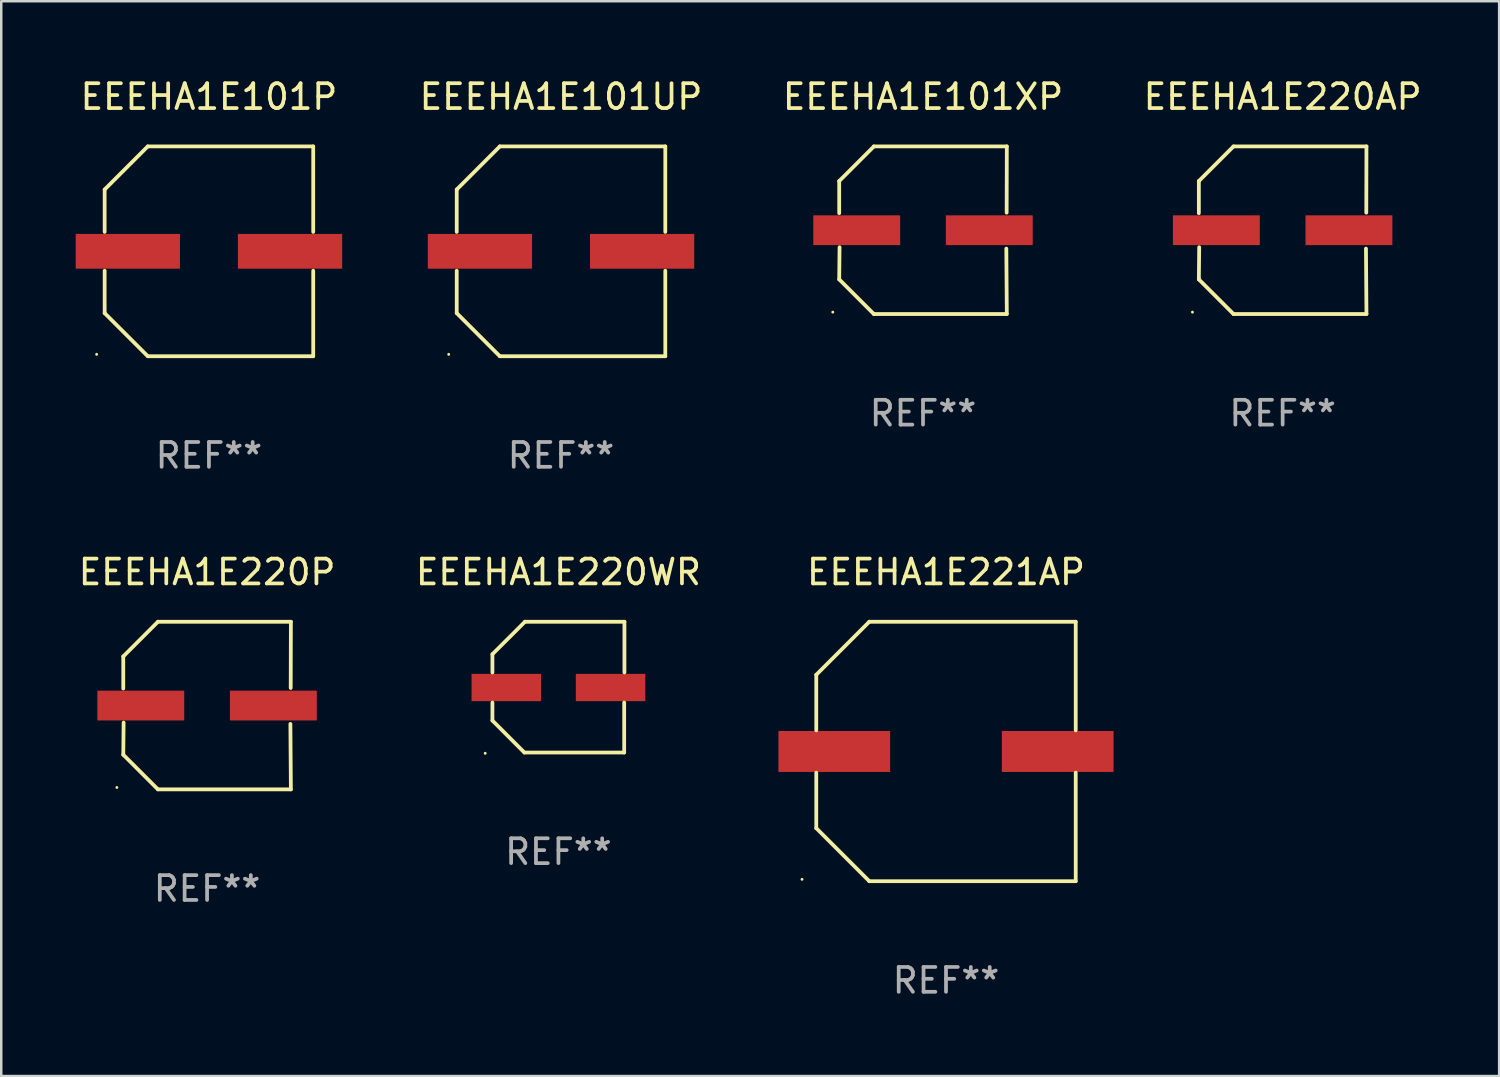
<source format=kicad_pcb>
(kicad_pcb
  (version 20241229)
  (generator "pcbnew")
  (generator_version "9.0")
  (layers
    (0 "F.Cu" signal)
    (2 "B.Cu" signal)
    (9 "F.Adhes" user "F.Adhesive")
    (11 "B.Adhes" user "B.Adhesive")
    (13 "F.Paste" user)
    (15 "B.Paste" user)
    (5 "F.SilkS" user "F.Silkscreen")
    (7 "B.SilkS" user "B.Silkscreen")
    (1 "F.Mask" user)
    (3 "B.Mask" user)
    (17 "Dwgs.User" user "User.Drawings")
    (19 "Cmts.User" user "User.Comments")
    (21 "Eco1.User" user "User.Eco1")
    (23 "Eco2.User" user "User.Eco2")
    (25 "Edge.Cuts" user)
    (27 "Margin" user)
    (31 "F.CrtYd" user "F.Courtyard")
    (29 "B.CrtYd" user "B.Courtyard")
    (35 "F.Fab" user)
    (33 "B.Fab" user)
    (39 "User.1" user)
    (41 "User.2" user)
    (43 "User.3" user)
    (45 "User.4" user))
  (footprint "EEEHA1E220WR"
    (layer "F.Cu")
    (at 19.446 24.631)
    (property "Reference" "EEEHA1E220WR" (at 0 -4.634 0) (layer "F.SilkS") (effects (font (size 1 1) (thickness 0.15))))
    (attr through_hole)
    (fp_line (start -2.659 -1.326) (end -2.659 -0.592) (stroke (width 0.152) (type solid)) (layer "F.SilkS"))
    (fp_line (start -2.659 1.346) (end -2.659 0.622) (stroke (width 0.152) (type solid)) (layer "F.SilkS"))
    (fp_line (start -1.372 2.634) (end -2.659 1.346) (stroke (width 0.152) (type solid)) (layer "F.SilkS"))
    (fp_line (start -1.349 -2.634) (end -2.659 -1.326) (stroke (width 0.152) (type solid)) (layer "F.SilkS"))
    (fp_line (start 2.649 0.622) (end 2.649 2.634) (stroke (width 0.152) (type solid)) (layer "F.SilkS"))
    (fp_line (start 2.649 2.634) (end -1.372 2.634) (stroke (width 0.152) (type solid)) (layer "F.SilkS"))
    (fp_line (start 2.659 -2.634) (end -1.349 -2.634) (stroke (width 0.152) (type solid)) (layer "F.SilkS"))
    (fp_line (start 2.659 -0.592) (end 2.659 -2.634) (stroke (width 0.152) (type solid)) (layer "F.SilkS"))
    (fp_circle (center -2.95 2.665) (end -2.92 2.665) (stroke (width 0.06) (type solid)) (fill no) (layer "F.SilkS"))
    (fp_text user "REF**" (at 0 6.634 0) (layer "F.Fab") (effects (font (size 1 1) (thickness 0.15))))
    (pad "1" smd rect (at -2.1 0.015) (size 2.8 1.1) (layers "F.Cu" "F.Mask" "F.Paste"))
    (pad "2" smd rect (at 2.1 0.015) (size 2.8 1.1) (layers "F.Cu" "F.Mask" "F.Paste")))
  (footprint "EEEHA1E221AP"
    (layer "F.Cu")
    (at 35.059 27.223)
    (property "Reference" "EEEHA1E221AP" (at 0 -7.226 0) (layer "F.SilkS") (effects (font (size 1 1) (thickness 0.15))))
    (attr through_hole)
    (fp_line (start -5.226 -3.09) (end -5.226 -0.852) (stroke (width 0.152) (type solid)) (layer "F.SilkS"))
    (fp_line (start -5.226 3.09) (end -5.226 0.852) (stroke (width 0.152) (type solid)) (layer "F.SilkS"))
    (fp_line (start -3.09 -5.226) (end -5.226 -3.09) (stroke (width 0.152) (type solid)) (layer "F.SilkS"))
    (fp_line (start -3.09 5.226) (end -5.226 3.09) (stroke (width 0.152) (type solid)) (layer "F.SilkS"))
    (fp_line (start 5.226 -5.226) (end -3.09 -5.226) (stroke (width 0.152) (type solid)) (layer "F.SilkS"))
    (fp_line (start 5.226 -0.852) (end 5.226 -5.226) (stroke (width 0.152) (type solid)) (layer "F.SilkS"))
    (fp_line (start 5.226 0.852) (end 5.226 5.226) (stroke (width 0.152) (type solid)) (layer "F.SilkS"))
    (fp_line (start 5.226 5.226) (end -3.09 5.226) (stroke (width 0.152) (type solid)) (layer "F.SilkS"))
    (fp_circle (center -5.8 5.15) (end -5.77 5.15) (stroke (width 0.06) (type solid)) (fill no) (layer "F.SilkS"))
    (fp_text user "REF**" (at 0 9.226 0) (layer "F.Fab") (effects (font (size 1 1) (thickness 0.15))))
    (pad "1" smd rect (at -4.5 0) (size 4.5 1.65) (layers "F.Cu" "F.Mask" "F.Paste"))
    (pad "2" smd rect (at 4.5 0) (size 4.5 1.65) (layers "F.Cu" "F.Mask" "F.Paste")))
  (footprint "EEEHA1E101P"
    (layer "F.Cu")
    (at 5.367 7.074)
    (property "Reference" "EEEHA1E101P" (at 0 -6.226 0) (layer "F.SilkS") (effects (font (size 1 1) (thickness 0.15))))
    (attr through_hole)
    (fp_line (start -4.201 -2.49) (end -4.201 -0.782) (stroke (width 0.152) (type solid)) (layer "F.SilkS"))
    (fp_line (start -4.201 2.49) (end -4.201 0.782) (stroke (width 0.152) (type solid)) (layer "F.SilkS"))
    (fp_line (start -2.465 -4.226) (end -4.201 -2.49) (stroke (width 0.152) (type solid)) (layer "F.SilkS"))
    (fp_line (start -2.465 4.226) (end -4.201 2.49) (stroke (width 0.152) (type solid)) (layer "F.SilkS"))
    (fp_line (start 4.201 -4.226) (end -2.465 -4.226) (stroke (width 0.152) (type solid)) (layer "F.SilkS"))
    (fp_line (start 4.201 -0.782) (end 4.201 -4.226) (stroke (width 0.152) (type solid)) (layer "F.SilkS"))
    (fp_line (start 4.201 0.782) (end 4.201 4.226) (stroke (width 0.152) (type solid)) (layer "F.SilkS"))
    (fp_line (start 4.201 4.226) (end -2.465 4.226) (stroke (width 0.152) (type solid)) (layer "F.SilkS"))
    (fp_circle (center -4.524 4.15) (end -4.494 4.15) (stroke (width 0.06) (type solid)) (fill no) (layer "F.SilkS"))
    (fp_text user "REF**" (at 0 8.226 0) (layer "F.Fab") (effects (font (size 1 1) (thickness 0.15))))
    (pad "1" smd rect (at -3.267 0) (size 4.2 1.4) (layers "F.Cu" "F.Mask" "F.Paste"))
    (pad "2" smd rect (at 3.267 0) (size 4.2 1.4) (layers "F.Cu" "F.Mask" "F.Paste")))
  (footprint "EEEHA1E220AP"
    (layer "F.Cu")
    (at 48.621 6.224)
    (property "Reference" "EEEHA1E220AP" (at 0 -5.376 0) (layer "F.SilkS") (effects (font (size 1 1) (thickness 0.15))))
    (attr through_hole)
    (fp_line (start -3.376 -1.98) (end -3.376 -0.686) (stroke (width 0.152) (type solid)) (layer "F.SilkS"))
    (fp_line (start -3.376 1.981) (end -3.362 0.686) (stroke (width 0.152) (type solid)) (layer "F.SilkS"))
    (fp_line (start -1.981 3.376) (end -3.376 1.981) (stroke (width 0.152) (type solid)) (layer "F.SilkS"))
    (fp_line (start -1.98 -3.376) (end -3.376 -1.98) (stroke (width 0.152) (type solid)) (layer "F.SilkS"))
    (fp_line (start 3.356 0.74) (end 3.376 3.376) (stroke (width 0.152) (type solid)) (layer "F.SilkS"))
    (fp_line (start 3.369 -0.707) (end 3.376 -3.376) (stroke (width 0.152) (type solid)) (layer "F.SilkS"))
    (fp_line (start 3.376 3.376) (end -1.981 3.376) (stroke (width 0.152) (type solid)) (layer "F.SilkS"))
    (fp_line (start 3.376 -3.376) (end -1.98 -3.376) (stroke (width 0.152) (type solid)) (layer "F.SilkS"))
    (fp_circle (center -3.634 3.3) (end -3.604 3.3) (stroke (width 0.06) (type solid)) (fill no) (layer "F.SilkS"))
    (fp_text user "REF**" (at 0 7.376 0) (layer "F.Fab") (effects (font (size 1 1) (thickness 0.15))))
    (pad "1" smd rect (at -2.67 0.000254) (size 3.5 1.2) (layers "F.Cu" "F.Mask" "F.Paste"))
    (pad "2" smd rect (at 2.67 0.000254) (size 3.5 1.2) (layers "F.Cu" "F.Mask" "F.Paste")))
  (footprint "EEEHA1E220P"
    (layer "F.Cu")
    (at 5.292 25.373)
    (property "Reference" "EEEHA1E220P" (at 0 -5.376 0) (layer "F.SilkS") (effects (font (size 1 1) (thickness 0.15))))
    (attr through_hole)
    (fp_line (start -3.376 -1.98) (end -3.376 -0.686) (stroke (width 0.152) (type solid)) (layer "F.SilkS"))
    (fp_line (start -3.376 1.981) (end -3.362 0.686) (stroke (width 0.152) (type solid)) (layer "F.SilkS"))
    (fp_line (start -1.981 3.376) (end -3.376 1.981) (stroke (width 0.152) (type solid)) (layer "F.SilkS"))
    (fp_line (start -1.98 -3.376) (end -3.376 -1.98) (stroke (width 0.152) (type solid)) (layer "F.SilkS"))
    (fp_line (start 3.356 0.74) (end 3.376 3.376) (stroke (width 0.152) (type solid)) (layer "F.SilkS"))
    (fp_line (start 3.369 -0.707) (end 3.376 -3.376) (stroke (width 0.152) (type solid)) (layer "F.SilkS"))
    (fp_line (start 3.376 3.376) (end -1.981 3.376) (stroke (width 0.152) (type solid)) (layer "F.SilkS"))
    (fp_line (start 3.376 -3.376) (end -1.98 -3.376) (stroke (width 0.152) (type solid)) (layer "F.SilkS"))
    (fp_circle (center -3.634 3.3) (end -3.604 3.3) (stroke (width 0.06) (type solid)) (fill no) (layer "F.SilkS"))
    (fp_text user "REF**" (at 0 7.376 0) (layer "F.Fab") (effects (font (size 1 1) (thickness 0.15))))
    (pad "1" smd rect (at -2.67 0.000254) (size 3.5 1.2) (layers "F.Cu" "F.Mask" "F.Paste"))
    (pad "2" smd rect (at 2.67 0.000254) (size 3.5 1.2) (layers "F.Cu" "F.Mask" "F.Paste")))
  (footprint "EEEHA1E101XP"
    (layer "F.Cu")
    (at 34.133 6.224)
    (property "Reference" "EEEHA1E101XP" (at 0 -5.376 0) (layer "F.SilkS") (effects (font (size 1 1) (thickness 0.15))))
    (attr through_hole)
    (fp_line (start -3.376 -1.98) (end -3.376 -0.686) (stroke (width 0.152) (type solid)) (layer "F.SilkS"))
    (fp_line (start -3.376 1.981) (end -3.362 0.686) (stroke (width 0.152) (type solid)) (layer "F.SilkS"))
    (fp_line (start -1.981 3.376) (end -3.376 1.981) (stroke (width 0.152) (type solid)) (layer "F.SilkS"))
    (fp_line (start -1.98 -3.376) (end -3.376 -1.98) (stroke (width 0.152) (type solid)) (layer "F.SilkS"))
    (fp_line (start 3.356 0.74) (end 3.376 3.376) (stroke (width 0.152) (type solid)) (layer "F.SilkS"))
    (fp_line (start 3.369 -0.707) (end 3.376 -3.376) (stroke (width 0.152) (type solid)) (layer "F.SilkS"))
    (fp_line (start 3.376 3.376) (end -1.981 3.376) (stroke (width 0.152) (type solid)) (layer "F.SilkS"))
    (fp_line (start 3.376 -3.376) (end -1.98 -3.376) (stroke (width 0.152) (type solid)) (layer "F.SilkS"))
    (fp_circle (center -3.634 3.3) (end -3.604 3.3) (stroke (width 0.06) (type solid)) (fill no) (layer "F.SilkS"))
    (fp_text user "REF**" (at 0 7.376 0) (layer "F.Fab") (effects (font (size 1 1) (thickness 0.15))))
    (pad "1" smd rect (at -2.67 0.000254) (size 3.5 1.2) (layers "F.Cu" "F.Mask" "F.Paste"))
    (pad "2" smd rect (at 2.67 0.000254) (size 3.5 1.2) (layers "F.Cu" "F.Mask" "F.Paste")))
  (footprint "EEEHA1E101UP"
    (layer "F.Cu")
    (at 19.55 7.074)
    (property "Reference" "EEEHA1E101UP" (at 0 -6.226 0) (layer "F.SilkS") (effects (font (size 1 1) (thickness 0.15))))
    (attr through_hole)
    (fp_line (start -4.201 -2.49) (end -4.201 -0.782) (stroke (width 0.152) (type solid)) (layer "F.SilkS"))
    (fp_line (start -4.201 2.49) (end -4.201 0.782) (stroke (width 0.152) (type solid)) (layer "F.SilkS"))
    (fp_line (start -2.465 -4.226) (end -4.201 -2.49) (stroke (width 0.152) (type solid)) (layer "F.SilkS"))
    (fp_line (start -2.465 4.226) (end -4.201 2.49) (stroke (width 0.152) (type solid)) (layer "F.SilkS"))
    (fp_line (start 4.201 -4.226) (end -2.465 -4.226) (stroke (width 0.152) (type solid)) (layer "F.SilkS"))
    (fp_line (start 4.201 -0.782) (end 4.201 -4.226) (stroke (width 0.152) (type solid)) (layer "F.SilkS"))
    (fp_line (start 4.201 0.782) (end 4.201 4.226) (stroke (width 0.152) (type solid)) (layer "F.SilkS"))
    (fp_line (start 4.201 4.226) (end -2.465 4.226) (stroke (width 0.152) (type solid)) (layer "F.SilkS"))
    (fp_circle (center -4.524 4.15) (end -4.494 4.15) (stroke (width 0.06) (type solid)) (fill no) (layer "F.SilkS"))
    (fp_text user "REF**" (at 0 8.226 0) (layer "F.Fab") (effects (font (size 1 1) (thickness 0.15))))
    (pad "1" smd rect (at -3.267 0) (size 4.2 1.4) (layers "F.Cu" "F.Mask" "F.Paste"))
    (pad "2" smd rect (at 3.267 0) (size 4.2 1.4) (layers "F.Cu" "F.Mask" "F.Paste")))
  (gr_rect
    (start -3 -3)
    (end 57.342 40.298)
    (stroke (width 0.1) (type default))
    (fill no)
    (layer "Edge.Cuts")))
</source>
